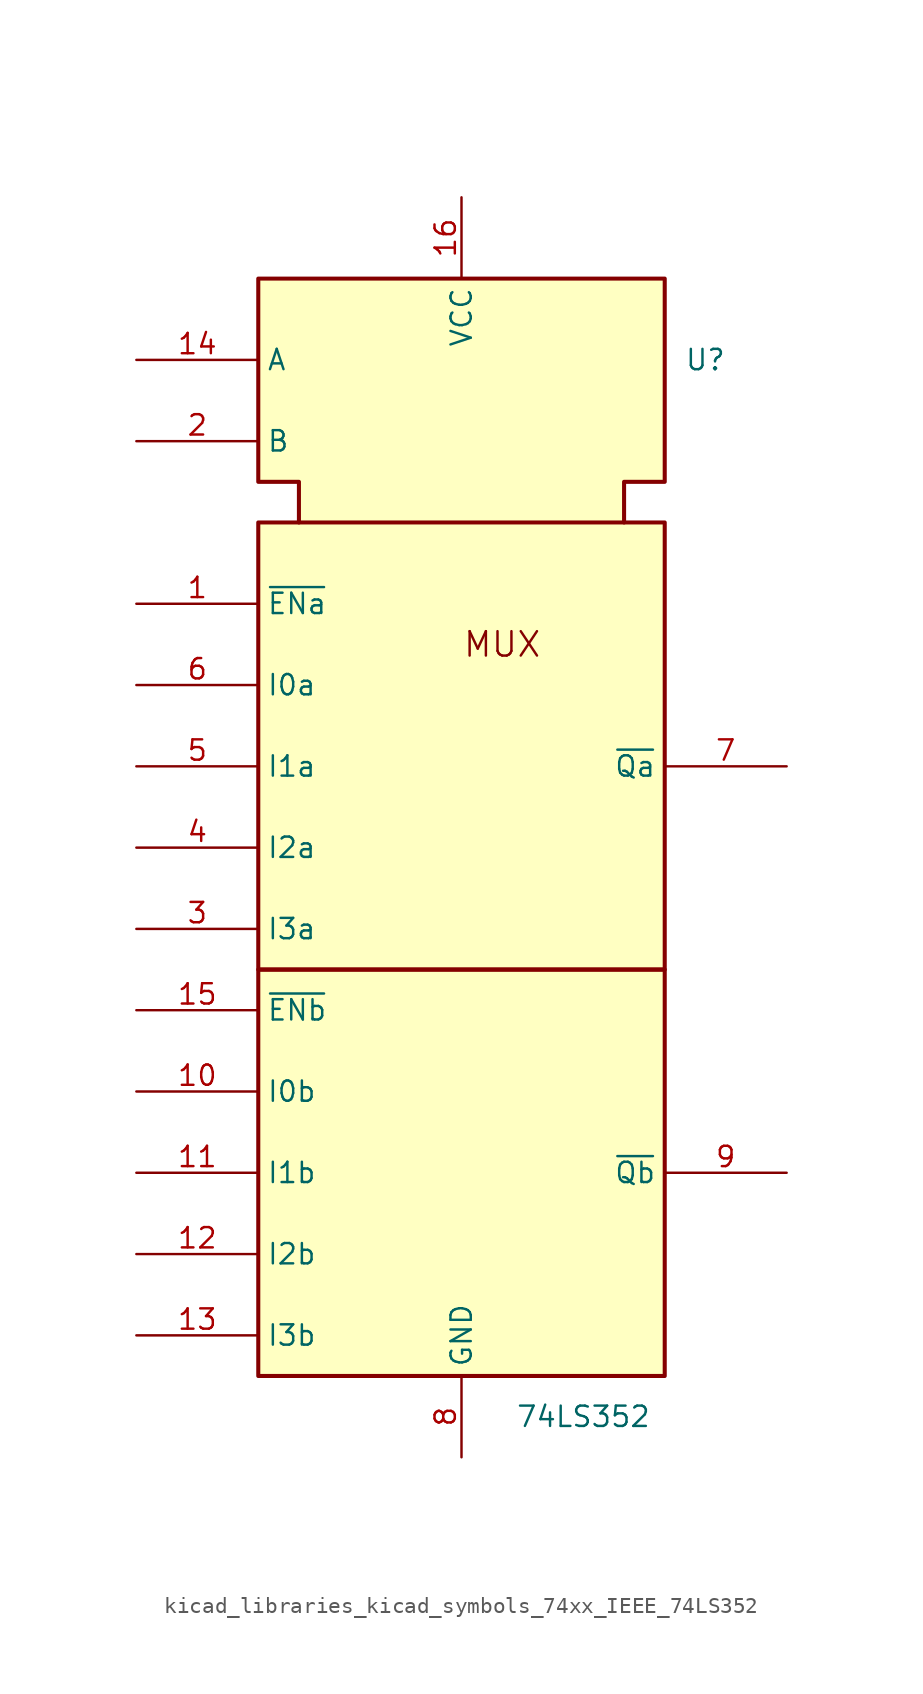
<source format=kicad_sym>
(kicad_symbol_lib
  (version 20220914)
  (generator kicad_symbol_editor)
  (symbol "kicad_libraries_kicad_symbols_74xx_IEEE_74LS352"
    (property "Reference" "U"
      (at 15.24 33.02 0)
      (effects (font (size 1.27 1.27))))
    (property "Value" "74LS352"
      (at 7.62 -33.02 0)
      (effects (font (size 1.27 1.27))))
    (symbol "kicad_libraries_kicad_symbols_74xx_IEEE_74LS352_0_0"
      (rectangle (start -12.7 -5.08) (end 12.7 -30.48) (stroke (width 0.254) (type default)) (fill (type background)))
      (rectangle (start -12.7 22.86) (end 12.7 -5.08) (stroke (width 0.254) (type default)) (fill (type background)))
      (polyline (pts (xy -10.16 22.86) (xy -10.16 25.4) (xy -12.7 25.4) (xy -12.7 38.1) (xy 12.7 38.1) (xy 12.7 25.4) (xy 10.16 25.4) (xy 10.16 22.86) (xy 10.16 22.86)) (stroke (width 0.254) (type default)) (fill (type background)))
      (text "MUX" (at 2.54 15.24 0) (effects (font (size 1.524 1.524))))
      (pin power_in line (at 0 43.18 270) (length 5.08) (name "VCC" (effects (font (size 1.27 1.27)))) (number "16" (effects (font (size 1.27 1.27)))))
      (pin power_in line (at 0 -35.56 90) (length 5.08) (name "GND" (effects (font (size 1.27 1.27)))) (number "8" (effects (font (size 1.27 1.27))))))
    (symbol "kicad_libraries_kicad_symbols_74xx_IEEE_74LS352_1_1"
      (pin input line (at -20.32 17.78 0) (length 7.62) (name "~{ENa}" (effects (font (size 1.27 1.27)))) (number "1" (effects (font (size 1.27 1.27)))))
      (pin input line (at -20.32 -12.7 0) (length 7.62) (name "I0b" (effects (font (size 1.27 1.27)))) (number "10" (effects (font (size 1.27 1.27)))))
      (pin input line (at -20.32 -17.78 0) (length 7.62) (name "I1b" (effects (font (size 1.27 1.27)))) (number "11" (effects (font (size 1.27 1.27)))))
      (pin input line (at -20.32 -22.86 0) (length 7.62) (name "I2b" (effects (font (size 1.27 1.27)))) (number "12" (effects (font (size 1.27 1.27)))))
      (pin input line (at -20.32 -27.94 0) (length 7.62) (name "I3b" (effects (font (size 1.27 1.27)))) (number "13" (effects (font (size 1.27 1.27)))))
      (pin input line (at -20.32 33.02 0) (length 7.62) (name "A" (effects (font (size 1.27 1.27)))) (number "14" (effects (font (size 1.27 1.27)))))
      (pin input line (at -20.32 -7.62 0) (length 7.62) (name "~{ENb}" (effects (font (size 1.27 1.27)))) (number "15" (effects (font (size 1.27 1.27)))))
      (pin input line (at -20.32 27.94 0) (length 7.62) (name "B" (effects (font (size 1.27 1.27)))) (number "2" (effects (font (size 1.27 1.27)))))
      (pin input line (at -20.32 -2.54 0) (length 7.62) (name "I3a" (effects (font (size 1.27 1.27)))) (number "3" (effects (font (size 1.27 1.27)))))
      (pin input line (at -20.32 2.54 0) (length 7.62) (name "I2a" (effects (font (size 1.27 1.27)))) (number "4" (effects (font (size 1.27 1.27)))))
      (pin input line (at -20.32 7.62 0) (length 7.62) (name "I1a" (effects (font (size 1.27 1.27)))) (number "5" (effects (font (size 1.27 1.27)))))
      (pin input line (at -20.32 12.7 0) (length 7.62) (name "I0a" (effects (font (size 1.27 1.27)))) (number "6" (effects (font (size 1.27 1.27)))))
      (pin output line (at 20.32 7.62 180) (length 7.62) (name "~{Qa}" (effects (font (size 1.27 1.27)))) (number "7" (effects (font (size 1.27 1.27)))))
      (pin output line (at 20.32 -17.78 180) (length 7.62) (name "~{Qb}" (effects (font (size 1.27 1.27)))) (number "9" (effects (font (size 1.27 1.27))))))))
</source>
